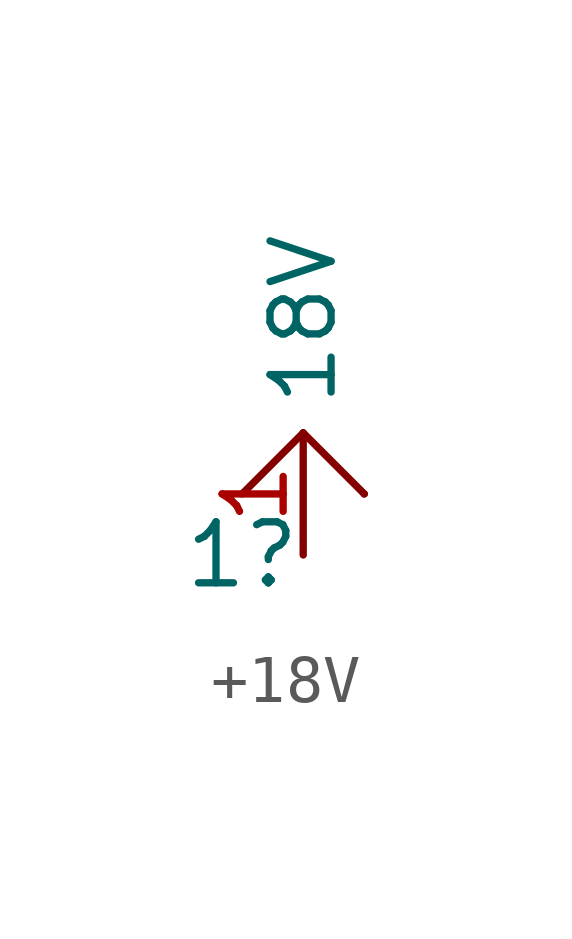
<source format=kicad_sym>
(kicad_symbol_lib
  (version 20220914)
  (generator kicad_symbol_editor)
  (symbol "+18V"
    (power)
    (property "Reference" "1"
      (at -1.27 0 0)
      (effects (font (size 1.27 1.27))))
    (property "Value" ""
      (at 0 0 0)
      (effects (font (size 1.27 1.27))))
    (symbol "+18V_0_1"
      (polyline (pts (xy 0 2.54) (xy 1.27 1.27)) (stroke (width 0) (type default)) (fill (type none)))
      (polyline (pts (xy 1.27 1.27) (xy 1.27 1.27)) (stroke (width 0) (type default)) (fill (type none)))
      (polyline (pts (xy 0 2.54) (xy -1.27 1.27) (xy 0 2.54)) (stroke (width 0) (type default)) (fill (type none))))
    (symbol "+18V_1_1"
      (pin power_in line (at 0 0 90) (length 2.54) (name "18V" (effects (font (size 1.27 1.27)))) (number "1" (effects (font (size 1.27 1.27))))))))
</source>
